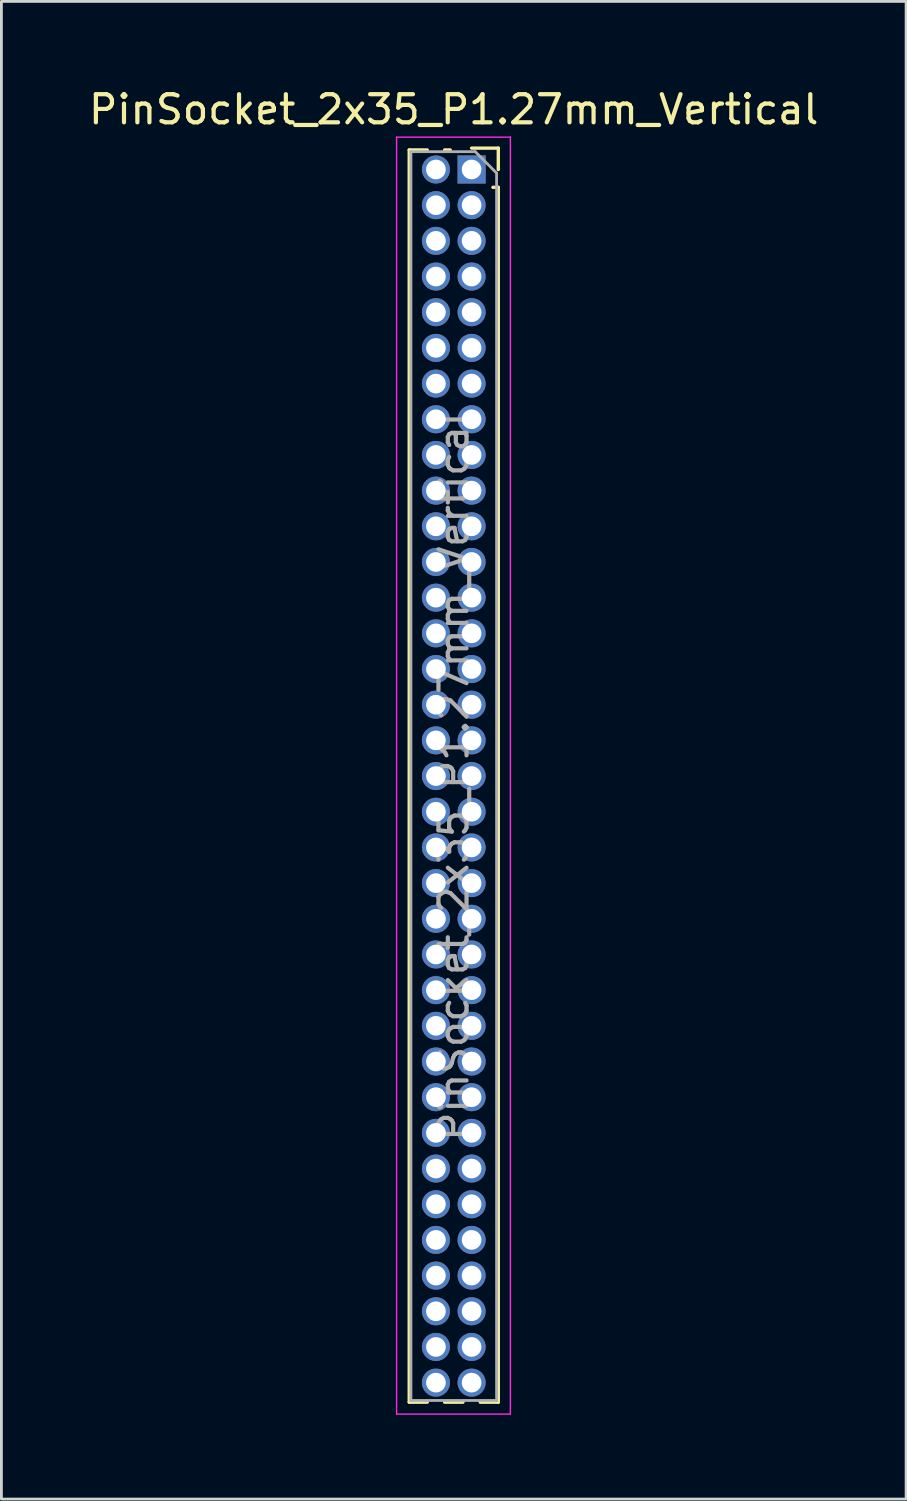
<source format=kicad_pcb>
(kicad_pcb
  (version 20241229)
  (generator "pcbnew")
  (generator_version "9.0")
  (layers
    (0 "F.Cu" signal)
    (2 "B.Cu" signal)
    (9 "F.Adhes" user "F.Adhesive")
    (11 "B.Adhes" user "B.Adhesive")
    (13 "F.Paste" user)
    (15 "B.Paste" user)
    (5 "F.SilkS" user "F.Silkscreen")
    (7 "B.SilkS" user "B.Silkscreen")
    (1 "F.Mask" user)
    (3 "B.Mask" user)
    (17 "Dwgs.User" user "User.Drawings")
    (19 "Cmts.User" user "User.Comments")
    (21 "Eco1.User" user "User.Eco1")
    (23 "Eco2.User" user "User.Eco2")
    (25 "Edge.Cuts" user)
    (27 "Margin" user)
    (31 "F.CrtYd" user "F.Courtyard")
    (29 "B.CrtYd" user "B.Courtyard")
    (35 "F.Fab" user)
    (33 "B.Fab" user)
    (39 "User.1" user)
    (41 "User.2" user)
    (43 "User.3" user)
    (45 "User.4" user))
  (footprint "PinSocket_2x35_P1.27mm_Vertical"
    (layer "F.Cu")
    (at 13.736 2.983)
    (property "Reference" "PinSocket_2x35_P1.27mm_Vertical" (at -0.635 -2.135 0) (layer "F.SilkS") (effects (font (size 1 1) (thickness 0.15))))
    (attr through_hole)
    (fp_line (start -2.22 -0.695) (end -2.22 43.875) (stroke (width 0.12) (type solid)) (layer "F.SilkS"))
    (fp_line (start -2.22 -0.695) (end -1.578 -0.695) (stroke (width 0.12) (type solid)) (layer "F.SilkS"))
    (fp_line (start -2.22 43.875) (end -1.578 43.875) (stroke (width 0.12) (type solid)) (layer "F.SilkS"))
    (fp_line (start -0.962 -0.695) (end -0.76 -0.695) (stroke (width 0.12) (type solid)) (layer "F.SilkS"))
    (fp_line (start -0.962 43.875) (end -0.308 43.875) (stroke (width 0.12) (type solid)) (layer "F.SilkS"))
    (fp_line (start 0 -0.76) (end 0.95 -0.76) (stroke (width 0.12) (type solid)) (layer "F.SilkS"))
    (fp_line (start 0.308 43.875) (end 0.95 43.875) (stroke (width 0.12) (type solid)) (layer "F.SilkS"))
    (fp_line (start 0.76 0.635) (end 0.95 0.635) (stroke (width 0.12) (type solid)) (layer "F.SilkS"))
    (fp_line (start 0.95 -0.76) (end 0.95 0) (stroke (width 0.12) (type solid)) (layer "F.SilkS"))
    (fp_line (start 0.95 0.635) (end 0.95 43.875) (stroke (width 0.12) (type solid)) (layer "F.SilkS"))
    (fp_line (start -2.67 -1.15) (end 1.38 -1.15) (stroke (width 0.05) (type solid)) (layer "F.CrtYd"))
    (fp_line (start -2.67 44.3) (end -2.67 -1.15) (stroke (width 0.05) (type solid)) (layer "F.CrtYd"))
    (fp_line (start 1.38 -1.15) (end 1.38 44.3) (stroke (width 0.05) (type solid)) (layer "F.CrtYd"))
    (fp_line (start 1.38 44.3) (end -2.67 44.3) (stroke (width 0.05) (type solid)) (layer "F.CrtYd"))
    (fp_line (start -2.16 -0.635) (end 0.128 -0.635) (stroke (width 0.1) (type solid)) (layer "F.Fab"))
    (fp_line (start -2.16 43.815) (end -2.16 -0.635) (stroke (width 0.1) (type solid)) (layer "F.Fab"))
    (fp_line (start 0.128 -0.635) (end 0.89 0.128) (stroke (width 0.1) (type solid)) (layer "F.Fab"))
    (fp_line (start 0.89 0.128) (end 0.89 43.815) (stroke (width 0.1) (type solid)) (layer "F.Fab"))
    (fp_line (start 0.89 43.815) (end -2.16 43.815) (stroke (width 0.1) (type solid)) (layer "F.Fab"))
    (fp_text user "${REFERENCE}" (at -0.635 21.59 90) (layer "F.Fab") (effects (font (size 1 1) (thickness 0.15))))
    (pad "1" thru_hole rect (at 0 0) (size 1 1) (drill 0.7) (layers "*.Cu" "*.Mask"))
    (pad "2" thru_hole oval (at -1.27 0) (size 1 1) (drill 0.7) (layers "*.Cu" "*.Mask"))
    (pad "3" thru_hole oval (at 0 1.27) (size 1 1) (drill 0.7) (layers "*.Cu" "*.Mask"))
    (pad "4" thru_hole oval (at -1.27 1.27) (size 1 1) (drill 0.7) (layers "*.Cu" "*.Mask"))
    (pad "5" thru_hole oval (at 0 2.54) (size 1 1) (drill 0.7) (layers "*.Cu" "*.Mask"))
    (pad "6" thru_hole oval (at -1.27 2.54) (size 1 1) (drill 0.7) (layers "*.Cu" "*.Mask"))
    (pad "7" thru_hole oval (at 0 3.81) (size 1 1) (drill 0.7) (layers "*.Cu" "*.Mask"))
    (pad "8" thru_hole oval (at -1.27 3.81) (size 1 1) (drill 0.7) (layers "*.Cu" "*.Mask"))
    (pad "9" thru_hole oval (at 0 5.08) (size 1 1) (drill 0.7) (layers "*.Cu" "*.Mask"))
    (pad "10" thru_hole oval (at -1.27 5.08) (size 1 1) (drill 0.7) (layers "*.Cu" "*.Mask"))
    (pad "11" thru_hole oval (at 0 6.35) (size 1 1) (drill 0.7) (layers "*.Cu" "*.Mask"))
    (pad "12" thru_hole oval (at -1.27 6.35) (size 1 1) (drill 0.7) (layers "*.Cu" "*.Mask"))
    (pad "13" thru_hole oval (at 0 7.62) (size 1 1) (drill 0.7) (layers "*.Cu" "*.Mask"))
    (pad "14" thru_hole oval (at -1.27 7.62) (size 1 1) (drill 0.7) (layers "*.Cu" "*.Mask"))
    (pad "15" thru_hole oval (at 0 8.89) (size 1 1) (drill 0.7) (layers "*.Cu" "*.Mask"))
    (pad "16" thru_hole oval (at -1.27 8.89) (size 1 1) (drill 0.7) (layers "*.Cu" "*.Mask"))
    (pad "17" thru_hole oval (at 0 10.16) (size 1 1) (drill 0.7) (layers "*.Cu" "*.Mask"))
    (pad "18" thru_hole oval (at -1.27 10.16) (size 1 1) (drill 0.7) (layers "*.Cu" "*.Mask"))
    (pad "19" thru_hole oval (at 0 11.43) (size 1 1) (drill 0.7) (layers "*.Cu" "*.Mask"))
    (pad "20" thru_hole oval (at -1.27 11.43) (size 1 1) (drill 0.7) (layers "*.Cu" "*.Mask"))
    (pad "21" thru_hole oval (at 0 12.7) (size 1 1) (drill 0.7) (layers "*.Cu" "*.Mask"))
    (pad "22" thru_hole oval (at -1.27 12.7) (size 1 1) (drill 0.7) (layers "*.Cu" "*.Mask"))
    (pad "23" thru_hole oval (at 0 13.97) (size 1 1) (drill 0.7) (layers "*.Cu" "*.Mask"))
    (pad "24" thru_hole oval (at -1.27 13.97) (size 1 1) (drill 0.7) (layers "*.Cu" "*.Mask"))
    (pad "25" thru_hole oval (at 0 15.24) (size 1 1) (drill 0.7) (layers "*.Cu" "*.Mask"))
    (pad "26" thru_hole oval (at -1.27 15.24) (size 1 1) (drill 0.7) (layers "*.Cu" "*.Mask"))
    (pad "27" thru_hole oval (at 0 16.51) (size 1 1) (drill 0.7) (layers "*.Cu" "*.Mask"))
    (pad "28" thru_hole oval (at -1.27 16.51) (size 1 1) (drill 0.7) (layers "*.Cu" "*.Mask"))
    (pad "29" thru_hole oval (at 0 17.78) (size 1 1) (drill 0.7) (layers "*.Cu" "*.Mask"))
    (pad "30" thru_hole oval (at -1.27 17.78) (size 1 1) (drill 0.7) (layers "*.Cu" "*.Mask"))
    (pad "31" thru_hole oval (at 0 19.05) (size 1 1) (drill 0.7) (layers "*.Cu" "*.Mask"))
    (pad "32" thru_hole oval (at -1.27 19.05) (size 1 1) (drill 0.7) (layers "*.Cu" "*.Mask"))
    (pad "33" thru_hole oval (at 0 20.32) (size 1 1) (drill 0.7) (layers "*.Cu" "*.Mask"))
    (pad "34" thru_hole oval (at -1.27 20.32) (size 1 1) (drill 0.7) (layers "*.Cu" "*.Mask"))
    (pad "35" thru_hole oval (at 0 21.59) (size 1 1) (drill 0.7) (layers "*.Cu" "*.Mask"))
    (pad "36" thru_hole oval (at -1.27 21.59) (size 1 1) (drill 0.7) (layers "*.Cu" "*.Mask"))
    (pad "37" thru_hole oval (at 0 22.86) (size 1 1) (drill 0.7) (layers "*.Cu" "*.Mask"))
    (pad "38" thru_hole oval (at -1.27 22.86) (size 1 1) (drill 0.7) (layers "*.Cu" "*.Mask"))
    (pad "39" thru_hole oval (at 0 24.13) (size 1 1) (drill 0.7) (layers "*.Cu" "*.Mask"))
    (pad "40" thru_hole oval (at -1.27 24.13) (size 1 1) (drill 0.7) (layers "*.Cu" "*.Mask"))
    (pad "41" thru_hole oval (at 0 25.4) (size 1 1) (drill 0.7) (layers "*.Cu" "*.Mask"))
    (pad "42" thru_hole oval (at -1.27 25.4) (size 1 1) (drill 0.7) (layers "*.Cu" "*.Mask"))
    (pad "43" thru_hole oval (at 0 26.67) (size 1 1) (drill 0.7) (layers "*.Cu" "*.Mask"))
    (pad "44" thru_hole oval (at -1.27 26.67) (size 1 1) (drill 0.7) (layers "*.Cu" "*.Mask"))
    (pad "45" thru_hole oval (at 0 27.94) (size 1 1) (drill 0.7) (layers "*.Cu" "*.Mask"))
    (pad "46" thru_hole oval (at -1.27 27.94) (size 1 1) (drill 0.7) (layers "*.Cu" "*.Mask"))
    (pad "47" thru_hole oval (at 0 29.21) (size 1 1) (drill 0.7) (layers "*.Cu" "*.Mask"))
    (pad "48" thru_hole oval (at -1.27 29.21) (size 1 1) (drill 0.7) (layers "*.Cu" "*.Mask"))
    (pad "49" thru_hole oval (at 0 30.48) (size 1 1) (drill 0.7) (layers "*.Cu" "*.Mask"))
    (pad "50" thru_hole oval (at -1.27 30.48) (size 1 1) (drill 0.7) (layers "*.Cu" "*.Mask"))
    (pad "51" thru_hole oval (at 0 31.75) (size 1 1) (drill 0.7) (layers "*.Cu" "*.Mask"))
    (pad "52" thru_hole oval (at -1.27 31.75) (size 1 1) (drill 0.7) (layers "*.Cu" "*.Mask"))
    (pad "53" thru_hole oval (at 0 33.02) (size 1 1) (drill 0.7) (layers "*.Cu" "*.Mask"))
    (pad "54" thru_hole oval (at -1.27 33.02) (size 1 1) (drill 0.7) (layers "*.Cu" "*.Mask"))
    (pad "55" thru_hole oval (at 0 34.29) (size 1 1) (drill 0.7) (layers "*.Cu" "*.Mask"))
    (pad "56" thru_hole oval (at -1.27 34.29) (size 1 1) (drill 0.7) (layers "*.Cu" "*.Mask"))
    (pad "57" thru_hole oval (at 0 35.56) (size 1 1) (drill 0.7) (layers "*.Cu" "*.Mask"))
    (pad "58" thru_hole oval (at -1.27 35.56) (size 1 1) (drill 0.7) (layers "*.Cu" "*.Mask"))
    (pad "59" thru_hole oval (at 0 36.83) (size 1 1) (drill 0.7) (layers "*.Cu" "*.Mask"))
    (pad "60" thru_hole oval (at -1.27 36.83) (size 1 1) (drill 0.7) (layers "*.Cu" "*.Mask"))
    (pad "61" thru_hole oval (at 0 38.1) (size 1 1) (drill 0.7) (layers "*.Cu" "*.Mask"))
    (pad "62" thru_hole oval (at -1.27 38.1) (size 1 1) (drill 0.7) (layers "*.Cu" "*.Mask"))
    (pad "63" thru_hole oval (at 0 39.37) (size 1 1) (drill 0.7) (layers "*.Cu" "*.Mask"))
    (pad "64" thru_hole oval (at -1.27 39.37) (size 1 1) (drill 0.7) (layers "*.Cu" "*.Mask"))
    (pad "65" thru_hole oval (at 0 40.64) (size 1 1) (drill 0.7) (layers "*.Cu" "*.Mask"))
    (pad "66" thru_hole oval (at -1.27 40.64) (size 1 1) (drill 0.7) (layers "*.Cu" "*.Mask"))
    (pad "67" thru_hole oval (at 0 41.91) (size 1 1) (drill 0.7) (layers "*.Cu" "*.Mask"))
    (pad "68" thru_hole oval (at -1.27 41.91) (size 1 1) (drill 0.7) (layers "*.Cu" "*.Mask"))
    (pad "69" thru_hole oval (at 0 43.18) (size 1 1) (drill 0.7) (layers "*.Cu" "*.Mask"))
    (pad "70" thru_hole oval (at -1.27 43.18) (size 1 1) (drill 0.7) (layers "*.Cu" "*.Mask")))
  (gr_rect
    (start -3 -3)
    (end 29.202 50.308)
    (stroke (width 0.1) (type default))
    (fill no)
    (layer "Edge.Cuts")))
</source>
